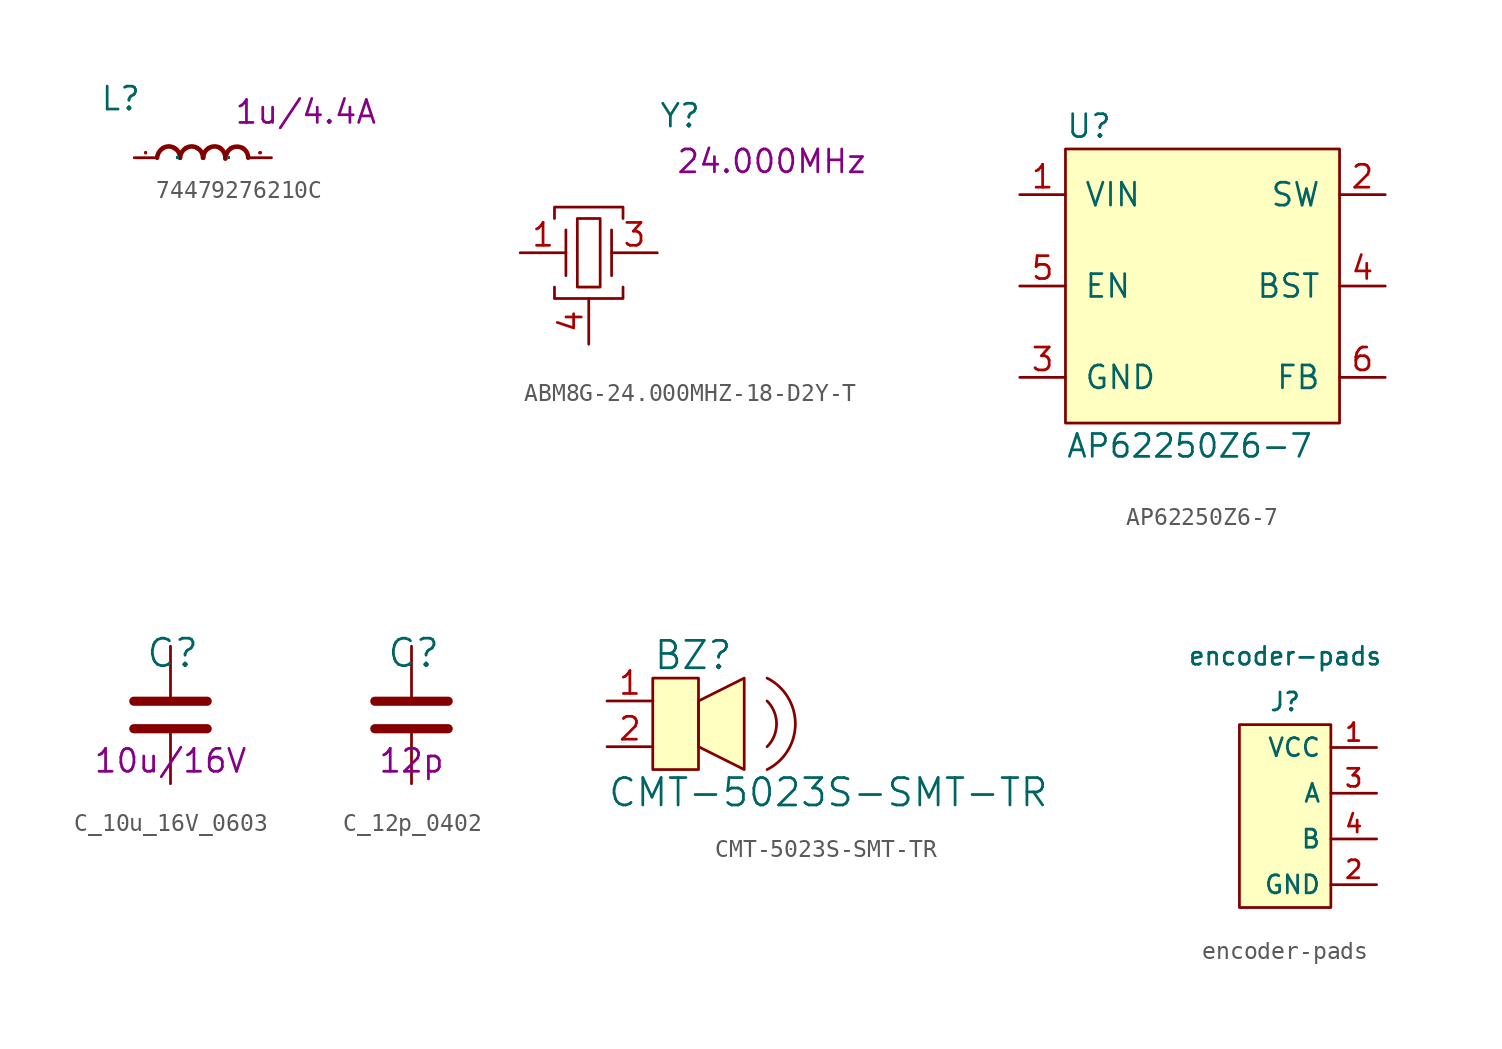
<source format=kicad_sym>
(kicad_symbol_lib
  (version 20211014)
  (generator kicad_symbol_editor)
  (symbol "74479276210C"
    (pin_names
      (offset 1.016))
    (property "Reference" "L"
      (at -5.715 2.54 0)
      (effects (font (size 1.27 1.27)) (justify left bottom)))
    (property "Val" "1u/4.4A"
      (at 5.715 2.54 0)
      (effects (font (size 1.27 1.27))))
    (symbol "74479276210C_0_1"
      (pin passive line (at -3.81 0 0) (length 1.27) (name "P" (effects (font (size 0.025 0.025)))) (number "1" (effects (font (size 0.025 0.025)))))
      (pin passive line (at 3.81 0 180) (length 1.27) (name "P" (effects (font (size 0.025 0.025)))) (number "2" (effects (font (size 0.025 0.025))))))
    (symbol "74479276210C_1_1"
      (arc (start -2.2098 0.5334) (mid -2.4364 0.3084) (end -2.54 0) (stroke (width 0.254) (type default) (color 0 0 0 0)) (fill (type none)))
      (arc (start -1.5748 0.5334) (mid -1.894 0.6272) (end -2.2098 0.5334) (stroke (width 0.254) (type default) (color 0 0 0 0)) (fill (type none)))
      (arc (start -1.27 0) (mid -1.3503 0.309) (end -1.5748 0.5334) (stroke (width 0.254) (type default) (color 0 0 0 0)) (fill (type none)))
      (arc (start -0.9398 0.5334) (mid -1.1664 0.3084) (end -1.27 0) (stroke (width 0.254) (type default) (color 0 0 0 0)) (fill (type none)))
      (arc (start -0.3048 0.5334) (mid -0.624 0.6272) (end -0.9398 0.5334) (stroke (width 0.254) (type default) (color 0 0 0 0)) (fill (type none)))
      (arc (start 0 0) (mid -0.0803 0.309) (end -0.3048 0.5334) (stroke (width 0.254) (type default) (color 0 0 0 0)) (fill (type none)))
      (arc (start 0.3302 0.5334) (mid 0.1036 0.3084) (end 0.0254 0) (stroke (width 0.254) (type default) (color 0 0 0 0)) (fill (type none)))
      (arc (start 0.9652 0.5334) (mid 0.646 0.6272) (end 0.3302 0.5334) (stroke (width 0.254) (type default) (color 0 0 0 0)) (fill (type none)))
      (arc (start 1.2446 -0.0508) (mid 1.1813 0.2752) (end 0.9652 0.5334) (stroke (width 0.254) (type default) (color 0 0 0 0)) (fill (type none)))
      (arc (start 1.5748 0.5334) (mid 1.357 0.3053) (end 1.27 0) (stroke (width 0.254) (type default) (color 0 0 0 0)) (fill (type none)))
      (arc (start 2.2098 0.5334) (mid 1.8942 0.6142) (end 1.5748 0.5334) (stroke (width 0.254) (type default) (color 0 0 0 0)) (fill (type none)))
      (arc (start 2.5146 0) (mid 2.4322 0.306) (end 2.2098 0.5334) (stroke (width 0.254) (type default) (color 0 0 0 0)) (fill (type none)))))
  (symbol "ABM8G-24.000MHZ-18-D2Y-T"
    (pin_names
      (offset 1.016))
    (property "Reference" "Y"
      (at 5.08 7.62 0)
      (effects (font (size 1.27 1.27))))
    (property "Val" "24.000MHz"
      (at 10.16 5.08 0)
      (effects (font (size 1.27 1.27))))
    (symbol "ABM8G-24.000MHZ-18-D2Y-T_0_1"
      (rectangle (start -0.635 1.905) (end 0.635 -1.905) (stroke (width 0) (type default) (color 0 0 0 0)) (fill (type none)))
      (polyline (pts (xy -1.27 1.27) (xy -1.27 -1.27)) (stroke (width 0) (type default) (color 0 0 0 0)) (fill (type none)))
      (polyline (pts (xy 1.27 1.27) (xy 1.27 -1.27)) (stroke (width 0) (type default) (color 0 0 0 0)) (fill (type none)))
      (polyline (pts (xy -1.905 -1.905) (xy -1.905 -2.54) (xy 1.905 -2.54) (xy 1.905 -1.905)) (stroke (width 0) (type default) (color 0 0 0 0)) (fill (type none)))
      (polyline (pts (xy -1.905 1.905) (xy -1.905 2.54) (xy 1.905 2.54) (xy 1.905 1.905)) (stroke (width 0) (type default) (color 0 0 0 0)) (fill (type none))))
    (symbol "ABM8G-24.000MHZ-18-D2Y-T_1_1"
      (pin output line (at -3.81 0 0) (length 2.54) (name "~" (effects (font (size 1.27 1.27)))) (number "1" (effects (font (size 1.27 1.27)))))
      (pin power_in line (at 0 -5.08 90) (length 2.54) hide (name "~" (effects (font (size 1.27 1.27)))) (number "2" (effects (font (size 1.27 1.27)))))
      (pin output line (at 3.81 0 180) (length 2.54) (name "~" (effects (font (size 1.27 1.27)))) (number "3" (effects (font (size 1.27 1.27)))))
      (pin power_in line (at 0 -5.08 90) (length 2.54) (name "~" (effects (font (size 1.27 1.27)))) (number "4" (effects (font (size 1.27 1.27)))))))
  (symbol "AP62250Z6-7"
    (pin_names
      (offset 1.016))
    (property "Reference" "U"
      (at -7.62 8.89 0)
      (effects (font (size 1.27 1.27)) (justify left)))
    (property "Value" "AP62250Z6-7"
      (at -7.62 -8.89 0)
      (effects (font (size 1.27 1.27)) (justify left)))
    (symbol "AP62250Z6-7_0_1"
      (rectangle (start -7.62 7.62) (end 7.62 -7.62) (stroke (width 0) (type default) (color 0 0 0 0)) (fill (type background))))
    (symbol "AP62250Z6-7_1_1"
      (pin power_in line (at -10.16 5.08 0) (length 2.54) (name "VIN" (effects (font (size 1.27 1.27)))) (number "1" (effects (font (size 1.27 1.27)))))
      (pin power_out line (at 10.16 5.08 180) (length 2.54) (name "SW" (effects (font (size 1.27 1.27)))) (number "2" (effects (font (size 1.27 1.27)))))
      (pin power_in line (at -10.16 -5.08 0) (length 2.54) (name "GND" (effects (font (size 1.27 1.27)))) (number "3" (effects (font (size 1.27 1.27)))))
      (pin output line (at 10.16 0 180) (length 2.54) (name "BST" (effects (font (size 1.27 1.27)))) (number "4" (effects (font (size 1.27 1.27)))))
      (pin input line (at -10.16 0 0) (length 2.54) (name "EN" (effects (font (size 1.27 1.27)))) (number "5" (effects (font (size 1.27 1.27)))))
      (pin input line (at 10.16 -5.08 180) (length 2.54) (name "FB" (effects (font (size 1.27 1.27)))) (number "6" (effects (font (size 1.27 1.27)))))))
  (symbol "C_10u_16V_0603"
    (pin_names
      (offset 0))
    (property "Reference" "C"
      (at -1.397 3.429 0)
      (effects (font (size 1.524 1.524)) (justify left)))
    (property "Val" "10u/16V"
      (at 0 -2.54 0)
      (effects (font (size 1.27 1.27))))
    (symbol "C_10u_16V_0603_1_1"
      (polyline (pts (xy -2.032 -0.762) (xy 2.032 -0.762)) (stroke (width 0.508) (type default) (color 0 0 0 0)) (fill (type none)))
      (polyline (pts (xy -2.032 0.762) (xy 2.032 0.762)) (stroke (width 0.508) (type default) (color 0 0 0 0)) (fill (type none)))
      (pin passive line (at 0 3.81 270) (length 2.794) (name "~" (effects (font (size 0 0)))) (number "1" (effects (font (size 0 0)))))
      (pin passive line (at 0 -3.81 90) (length 2.794) (name "~" (effects (font (size 0 0)))) (number "2" (effects (font (size 0 0)))))))
  (symbol "C_12p_0402"
    (pin_names
      (offset 0))
    (property "Reference" "C"
      (at -1.397 3.429 0)
      (effects (font (size 1.524 1.524)) (justify left)))
    (property "Val" "12p"
      (at 0 -2.54 0)
      (effects (font (size 1.27 1.27))))
    (symbol "C_12p_0402_1_1"
      (polyline (pts (xy -2.032 -0.762) (xy 2.032 -0.762)) (stroke (width 0.508) (type default) (color 0 0 0 0)) (fill (type none)))
      (polyline (pts (xy -2.032 0.762) (xy 2.032 0.762)) (stroke (width 0.508) (type default) (color 0 0 0 0)) (fill (type none)))
      (pin passive line (at 0 3.81 270) (length 2.794) (name "~" (effects (font (size 0 0)))) (number "1" (effects (font (size 0 0)))))
      (pin passive line (at 0 -3.81 90) (length 2.794) (name "~" (effects (font (size 0 0)))) (number "2" (effects (font (size 0 0)))))))
  (symbol "CMT-5023S-SMT-TR"
    (pin_names
      (offset 0.025))
    (property "Reference" "BZ"
      (at 0 5.08 0)
      (effects (font (size 1.524 1.524)) (justify left)))
    (property "Value" "CMT-5023S-SMT-TR"
      (at -2.54 -2.54 0)
      (effects (font (size 1.524 1.524)) (justify left)))
    (symbol "CMT-5023S-SMT-TR_0_1"
      (polyline (pts (xy 2.54 2.54) (xy 5.08 3.81) (xy 5.08 -1.27) (xy 2.54 0) (xy 2.54 2.54)) (stroke (width 0) (type default) (color 0 0 0 0)) (fill (type background)))
      (rectangle (start 0 3.81) (end 2.54 -1.27) (stroke (width 0) (type default) (color 0 0 0 0)) (fill (type background)))
      (arc (start 6.35 -1.27) (mid 7.9198 1.27) (end 6.35 3.81) (stroke (width 0) (type default) (color 0 0 0 0)) (fill (type none)))
      (arc (start 6.35 0) (mid 6.8761 1.27) (end 6.35 2.54) (stroke (width 0) (type default) (color 0 0 0 0)) (fill (type none))))
    (symbol "CMT-5023S-SMT-TR_1_1"
      (pin input line (at -2.54 2.54 0) (length 2.54) (name "~" (effects (font (size 1.27 1.27)))) (number "1" (effects (font (size 1.27 1.27)))))
      (pin input line (at -2.54 0 0) (length 2.54) (name "~" (effects (font (size 1.27 1.27)))) (number "2" (effects (font (size 1.27 1.27)))))))
  (symbol "encoder-pads"
    (property "Reference" "J"
      (at 0 5.08 0)
      (effects (font (size 1 1))))
    (property "Value" "encoder-pads"
      (at 0 7.62 0)
      (effects (font (size 1 1))))
    (symbol "encoder-pads_0_1"
      (rectangle (start -2.54 3.81) (end 2.54 -6.35) (stroke (width 0) (type default) (color 0 0 0 0)) (fill (type background))))
    (symbol "encoder-pads_1_1"
      (pin input line (at 5.08 2.54 180) (length 2.54) (name "VCC" (effects (font (size 1 1)))) (number "1" (effects (font (size 1 1)))))
      (pin input line (at 5.08 -5.08 180) (length 2.54) (name "GND" (effects (font (size 1 1)))) (number "2" (effects (font (size 1 1)))))
      (pin input line (at 5.08 0 180) (length 2.54) (name "A" (effects (font (size 1 1)))) (number "3" (effects (font (size 1 1)))))
      (pin input line (at 5.08 -2.54 180) (length 2.54) (name "B" (effects (font (size 1 1)))) (number "4" (effects (font (size 1 1))))))))
</source>
